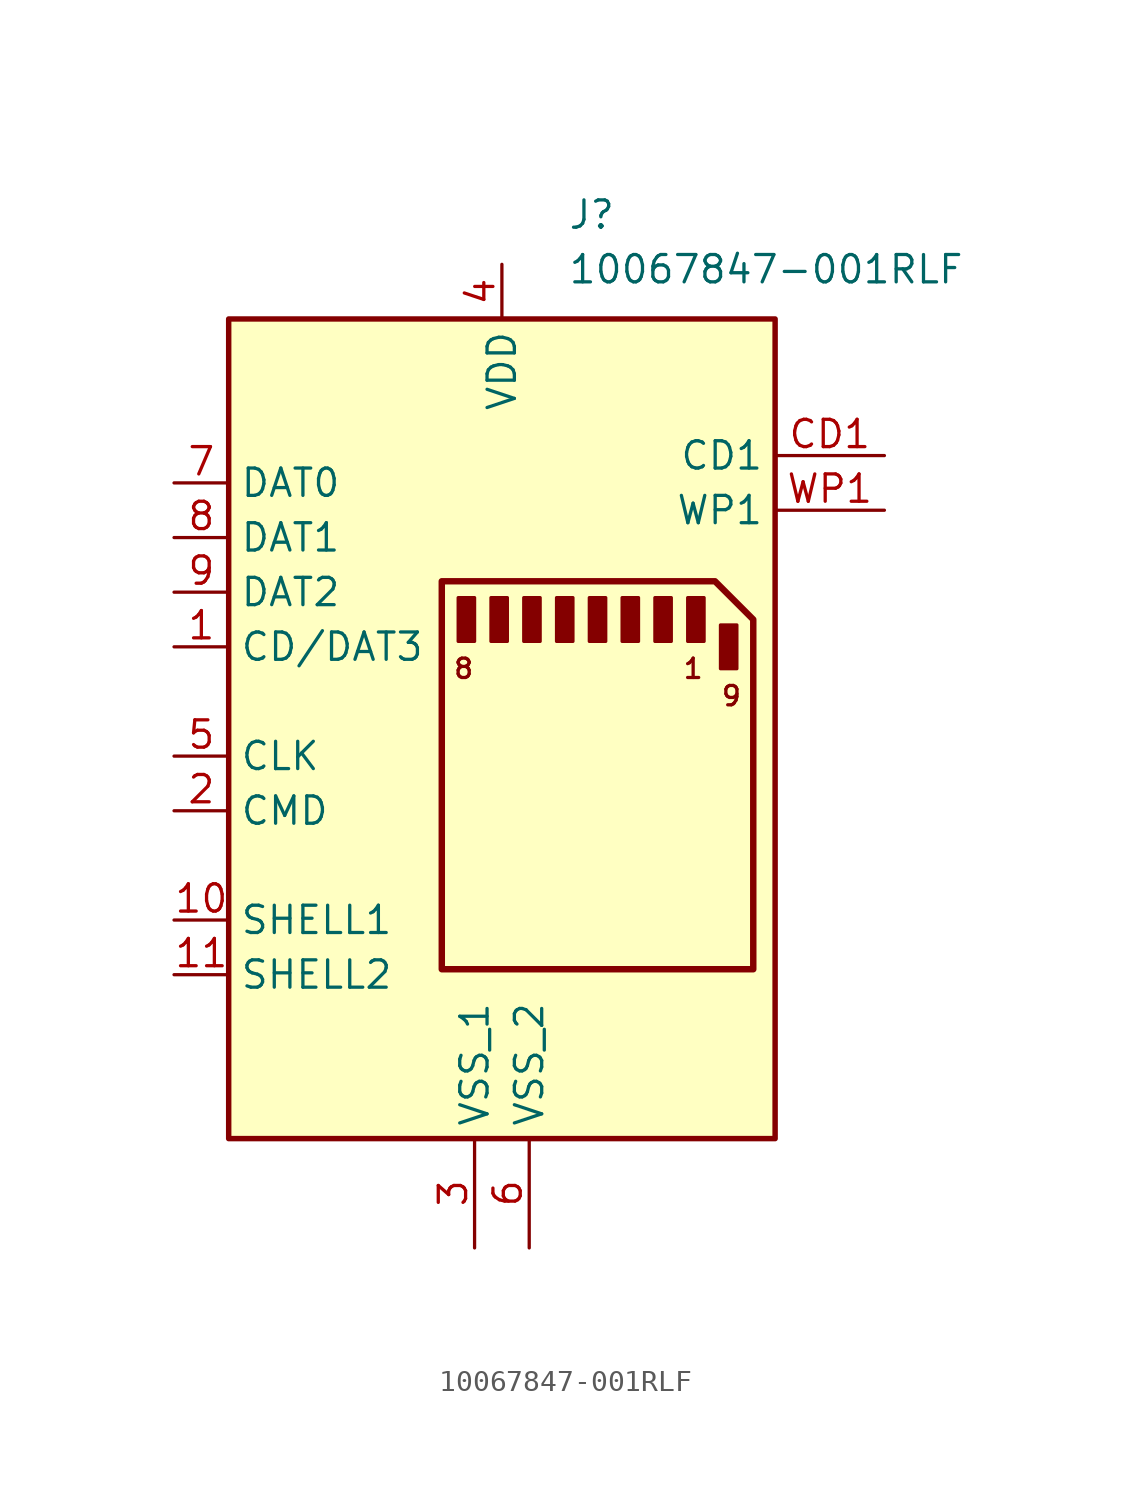
<source format=kicad_sym>
(kicad_symbol_lib
  (version 20241209)
  (generator "kicad_symbol_editor")
  (generator_version "9.0")
  (symbol "10067847-001RLF"
    (property "Reference" "J"
      (at 77.978 11.938 0)
      (effects (font (size 1.27 1.27)) (justify left top)))
    (property "Value" "10067847-001RLF"
      (at 77.978 9.398 0)
      (effects (font (size 1.27 1.27)) (justify left top)))
    (symbol "10067847-001RLF_0_1"
      (rectangle (start 72.898 -8.636) (end 73.66 -6.604) (stroke (width 0) (type default)) (fill (type outline)))
      (rectangle (start 74.422 -8.636) (end 75.184 -6.604) (stroke (width 0) (type default)) (fill (type outline)))
      (rectangle (start 75.946 -8.636) (end 76.708 -6.604) (stroke (width 0) (type default)) (fill (type outline)))
      (rectangle (start 77.47 -8.636) (end 78.232 -6.604) (stroke (width 0) (type default)) (fill (type outline)))
      (rectangle (start 78.994 -8.636) (end 79.756 -6.604) (stroke (width 0) (type default)) (fill (type outline)))
      (rectangle (start 80.518 -8.636) (end 81.28 -6.604) (stroke (width 0) (type default)) (fill (type outline)))
      (rectangle (start 82.042 -8.636) (end 82.804 -6.604) (stroke (width 0) (type default)) (fill (type outline)))
      (rectangle (start 83.566 -8.636) (end 84.328 -6.604) (stroke (width 0) (type default)) (fill (type outline)))
      (rectangle (start 85.09 -9.906) (end 85.852 -7.874) (stroke (width 0) (type default)) (fill (type outline))))
    (symbol "10067847-001RLF_1_1"
      (rectangle (start 62.23 6.35) (end 87.63 -31.75) (stroke (width 0.254) (type default)) (fill (type background)))
      (polyline (pts (xy 84.836 -5.842) (xy 72.136 -5.842) (xy 72.136 -23.876) (xy 86.614 -23.876) (xy 86.614 -7.62) (xy 84.836 -5.842)) (stroke (width 0.3) (type default)) (fill (type none)))
      (text "8" (at 73.152 -9.906 0) (effects (font (size 0.9 0.9))))
      (text "1" (at 83.82 -9.906 0) (effects (font (size 0.9 0.9))))
      (text "9" (at 85.598 -11.176 0) (effects (font (size 0.9 0.9))))
      (pin bidirectional line (at 59.69 -1.27 0) (length 2.54) (name "DAT0" (effects (font (size 1.27 1.27)))) (number "7" (effects (font (size 1.27 1.27)))))
      (pin bidirectional line (at 59.69 -3.81 0) (length 2.54) (name "DAT1" (effects (font (size 1.27 1.27)))) (number "8" (effects (font (size 1.27 1.27)))))
      (pin bidirectional line (at 59.69 -6.35 0) (length 2.54) (name "DAT2" (effects (font (size 1.27 1.27)))) (number "9" (effects (font (size 1.27 1.27)))))
      (pin bidirectional line (at 59.69 -8.89 0) (length 2.54) (name "CD/DAT3" (effects (font (size 1.27 1.27)))) (number "1" (effects (font (size 1.27 1.27)))))
      (pin input line (at 59.69 -13.97 0) (length 2.54) (name "CLK" (effects (font (size 1.27 1.27)))) (number "5" (effects (font (size 1.27 1.27)))))
      (pin bidirectional line (at 59.69 -16.51 0) (length 2.54) (name "CMD" (effects (font (size 1.27 1.27)))) (number "2" (effects (font (size 1.27 1.27)))))
      (pin passive line (at 59.69 -21.59 0) (length 2.54) (name "SHELL1" (effects (font (size 1.27 1.27)))) (number "10" (effects (font (size 1.27 1.27)))))
      (pin passive line (at 59.69 -24.13 0) (length 2.54) (name "SHELL2" (effects (font (size 1.27 1.27)))) (number "11" (effects (font (size 1.27 1.27)))))
      (pin passive line (at 73.66 -36.83 90) (length 5.08) (name "VSS_1" (effects (font (size 1.27 1.27)))) (number "3" (effects (font (size 1.27 1.27)))))
      (pin power_in line (at 74.93 8.89 270) (length 2.54) (name "VDD" (effects (font (size 1.27 1.27)))) (number "4" (effects (font (size 1.27 1.27)))))
      (pin passive line (at 76.2 -36.83 90) (length 5.08) (name "VSS_2" (effects (font (size 1.27 1.27)))) (number "6" (effects (font (size 1.27 1.27)))))
      (pin passive line (at 92.71 0 180) (length 5.08) (name "CD1" (effects (font (size 1.27 1.27)))) (number "CD1" (effects (font (size 1.27 1.27)))))
      (pin passive line (at 92.71 -2.54 180) (length 5.08) (name "WP1" (effects (font (size 1.27 1.27)))) (number "WP1" (effects (font (size 1.27 1.27))))))))
</source>
